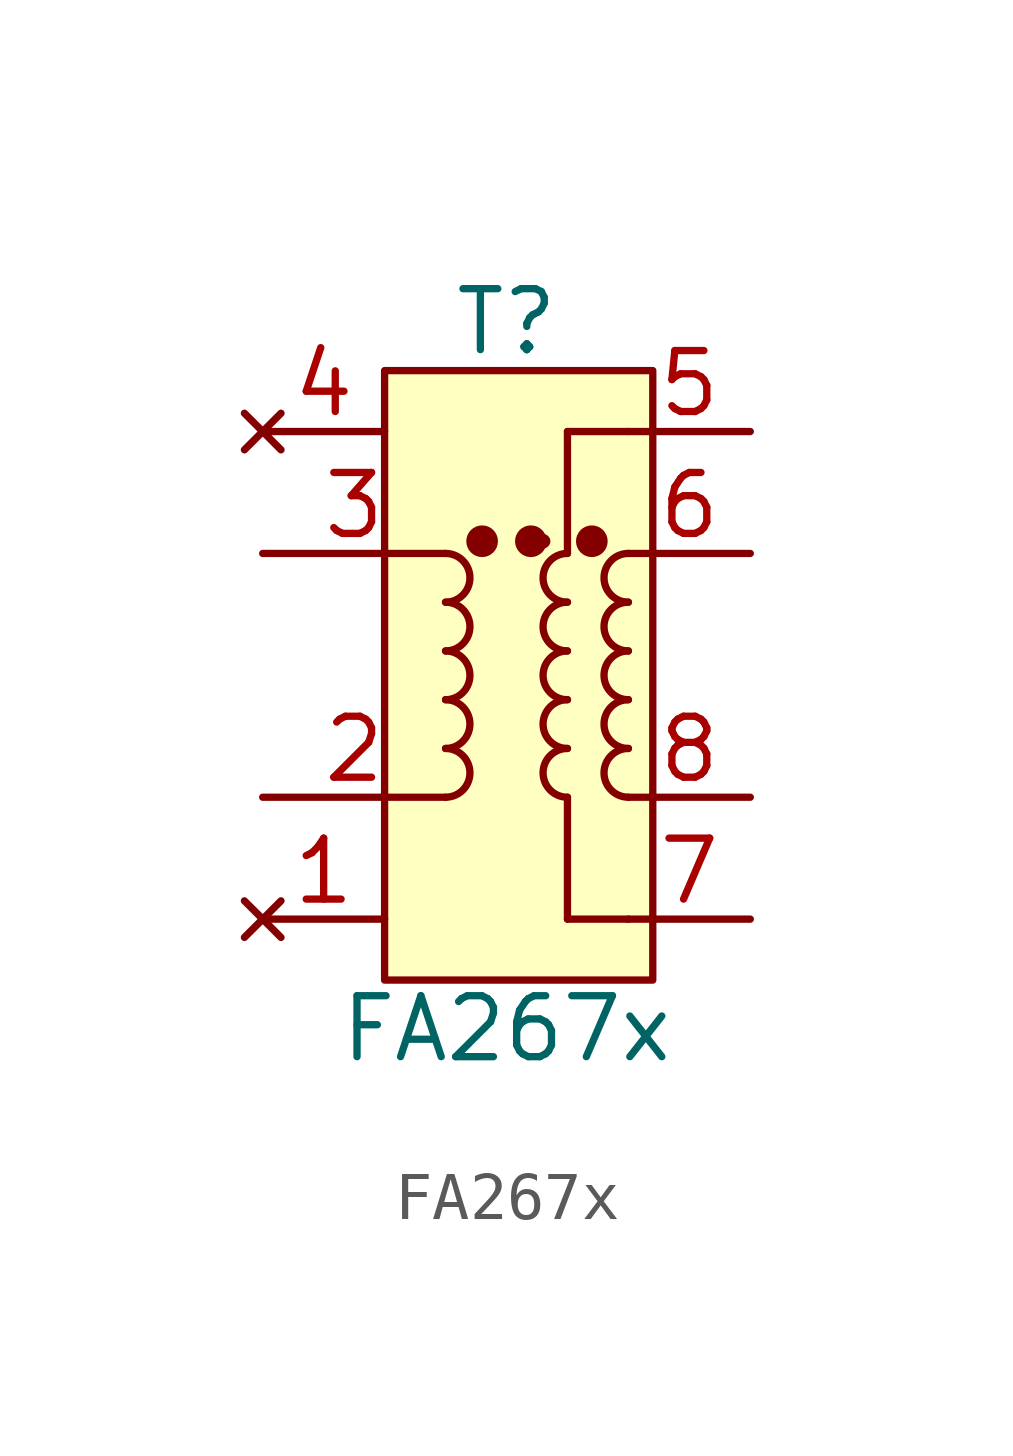
<source format=kicad_sym>
(kicad_symbol_lib
  (version 20211014)
  (generator kicad_symbol_editor)
  (symbol "FA267x"
    (pin_names
      (offset 1.016) hide)
    (property "Reference" "T"
      (at 0 7.366 0)
      (effects (font (size 1.27 1.27))))
    (property "Value" "FA267x"
      (at 0 -7.366 0)
      (effects (font (size 1.27 1.27))))
    (symbol "FA267x_0_1"
      (arc (start -1.27 -2.54) (mid -0.762 -2.032) (end -1.27 -1.524) (stroke (width 0) (type default) (color 0 0 0 0)) (fill (type none)))
      (arc (start -1.27 -1.524) (mid -0.762 -1.016) (end -1.27 -0.508) (stroke (width 0) (type default) (color 0 0 0 0)) (fill (type none)))
      (arc (start -1.27 -0.508) (mid -0.762 0) (end -1.27 0.508) (stroke (width 0) (type default) (color 0 0 0 0)) (fill (type none)))
      (arc (start -1.27 0.508) (mid -0.762 1.016) (end -1.27 1.524) (stroke (width 0) (type default) (color 0 0 0 0)) (fill (type none)))
      (arc (start -1.27 1.524) (mid -0.762 2.032) (end -1.27 2.54) (stroke (width 0) (type default) (color 0 0 0 0)) (fill (type none)))
      (circle (center -0.508 2.794) (radius 0.254) (stroke (width 0) (type default) (color 0 0 0 0)) (fill (type outline)))
      (polyline (pts (xy 1.27 -5.08) (xy 2.54 -5.08)) (stroke (width 0) (type default) (color 0 0 0 0)) (fill (type none)))
      (polyline (pts (xy 1.27 -2.54) (xy 1.27 -5.08)) (stroke (width 0) (type default) (color 0 0 0 0)) (fill (type none)))
      (polyline (pts (xy 1.27 2.54) (xy 1.27 5.08)) (stroke (width 0) (type default) (color 0 0 0 0)) (fill (type none)))
      (polyline (pts (xy 2.54 5.08) (xy 1.27 5.08)) (stroke (width 0) (type default) (color 0 0 0 0)) (fill (type none)))
      (circle (center 0.508 2.794) (radius 0.254) (stroke (width 0) (type default) (color 0 0 0 0)) (fill (type outline)))
      (circle (center 0.762 2.794) (radius 0.0001) (stroke (width 0) (type default) (color 0 0 0 0)) (fill (type none)))
      (arc (start 1.27 -1.524) (mid 0.762 -2.032) (end 1.27 -2.54) (stroke (width 0) (type default) (color 0 0 0 0)) (fill (type none)))
      (arc (start 1.27 -0.508) (mid 0.762 -1.016) (end 1.27 -1.524) (stroke (width 0) (type default) (color 0 0 0 0)) (fill (type none)))
      (arc (start 1.27 0.508) (mid 0.762 0) (end 1.27 -0.508) (stroke (width 0) (type default) (color 0 0 0 0)) (fill (type none)))
      (arc (start 1.27 1.524) (mid 0.762 1.016) (end 1.27 0.508) (stroke (width 0) (type default) (color 0 0 0 0)) (fill (type none)))
      (arc (start 1.27 2.54) (mid 0.762 2.032) (end 1.27 1.524) (stroke (width 0) (type default) (color 0 0 0 0)) (fill (type none)))
      (circle (center 1.778 2.794) (radius 0.254) (stroke (width 0) (type default) (color 0 0 0 0)) (fill (type outline)))
      (arc (start 2.54 -1.524) (mid 2.032 -2.032) (end 2.54 -2.54) (stroke (width 0) (type default) (color 0 0 0 0)) (fill (type none)))
      (arc (start 2.54 -0.508) (mid 2.032 -1.016) (end 2.54 -1.524) (stroke (width 0) (type default) (color 0 0 0 0)) (fill (type none)))
      (arc (start 2.54 0.508) (mid 2.032 0) (end 2.54 -0.508) (stroke (width 0) (type default) (color 0 0 0 0)) (fill (type none)))
      (arc (start 2.54 1.524) (mid 2.032 1.016) (end 2.54 0.508) (stroke (width 0) (type default) (color 0 0 0 0)) (fill (type none)))
      (arc (start 2.54 2.54) (mid 2.032 2.032) (end 2.54 1.524) (stroke (width 0) (type default) (color 0 0 0 0)) (fill (type none)))
      (rectangle (start 3.048 6.35) (end -2.54 -6.35) (stroke (width 0) (type default) (color 0 0 0 0)) (fill (type background))))
    (symbol "FA267x_1_1"
      (pin no_connect line (at -5.08 -5.08 0) (length 2.54) (name "~" (effects (font (size 1.27 1.27)))) (number "1" (effects (font (size 1.27 1.27)))))
      (pin passive line (at -5.08 -2.54 0) (length 3.81) (name "~" (effects (font (size 1.27 1.27)))) (number "2" (effects (font (size 1.27 1.27)))))
      (pin passive line (at -5.08 2.54 0) (length 3.81) (name "~" (effects (font (size 1.27 1.27)))) (number "3" (effects (font (size 1.27 1.27)))))
      (pin no_connect line (at -5.08 5.08 0) (length 2.54) (name "~" (effects (font (size 1.27 1.27)))) (number "4" (effects (font (size 1.27 1.27)))))
      (pin passive line (at 5.08 5.08 180) (length 2.54) (name "~" (effects (font (size 1.27 1.27)))) (number "5" (effects (font (size 1.27 1.27)))))
      (pin passive line (at 5.08 2.54 180) (length 2.54) (name "~" (effects (font (size 1.27 1.27)))) (number "6" (effects (font (size 1.27 1.27)))))
      (pin passive line (at 5.08 -5.08 180) (length 2.54) (name "~" (effects (font (size 1.27 1.27)))) (number "7" (effects (font (size 1.27 1.27)))))
      (pin passive line (at 5.08 -2.54 180) (length 2.54) (name "~" (effects (font (size 1.27 1.27)))) (number "8" (effects (font (size 1.27 1.27))))))))
</source>
